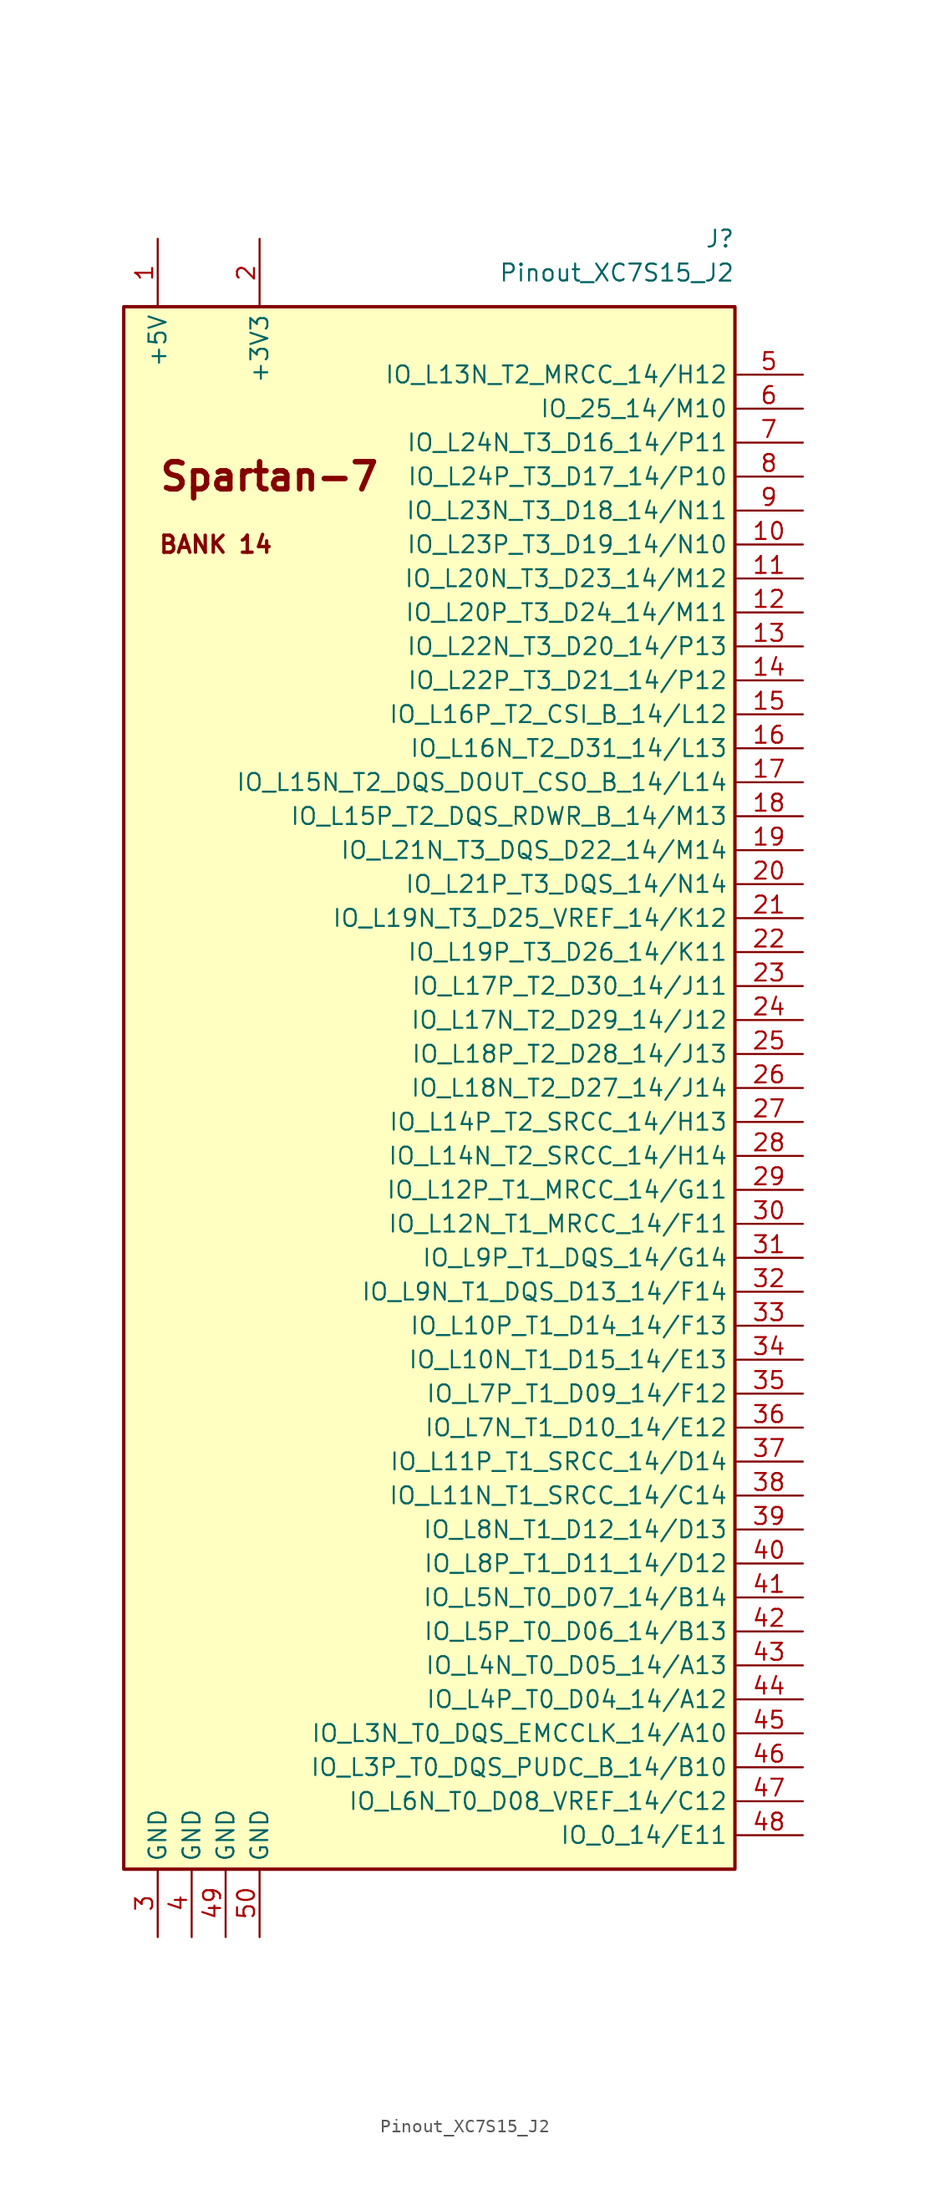
<source format=kicad_sym>
(kicad_symbol_lib
  (version 20201005)
  (generator kicad_symbol_editor)
  (symbol "KLIB_Connector_Pinout:Pinout_XC7S15_J2"
    (property "Reference" "J"
      (at 22.86 63.5 0)
      (effects (font (size 1.27 1.27)) (justify right)))
    (property "Value" "Pinout_XC7S15_J2"
      (at 22.86 60.96 0)
      (effects (font (size 1.27 1.27)) (justify right)))
    (symbol "Pinout_XC7S15_J2_0_0"
      (text "BANK 14" (at -20.32 40.64 0) (effects (font (size 1.27 1.27) bold) (justify left)))
      (text "Spartan-7" (at -20.32 45.72 0) (effects (font (size 2.032 2.032) bold) (justify left))))
    (symbol "Pinout_XC7S15_J2_0_1"
      (rectangle (start -22.86 58.42) (end 22.86 -58.42) (stroke (width 0.254)) (fill (type background))))
    (symbol "Pinout_XC7S15_J2_1_1"
      (pin power_out line (at -20.32 63.5 270) (length 5.08) (name "+5V" (effects (font (size 1.27 1.27)))) (number "1" (effects (font (size 1.27 1.27)))))
      (pin bidirectional line (at 27.94 40.64 180) (length 5.08) (name "IO_L23P_T3_D19_14/N10" (effects (font (size 1.27 1.27)))) (number "10" (effects (font (size 1.27 1.27)))))
      (pin bidirectional line (at 27.94 38.1 180) (length 5.08) (name "IO_L20N_T3_D23_14/M12" (effects (font (size 1.27 1.27)))) (number "11" (effects (font (size 1.27 1.27)))))
      (pin bidirectional line (at 27.94 35.56 180) (length 5.08) (name "IO_L20P_T3_D24_14/M11" (effects (font (size 1.27 1.27)))) (number "12" (effects (font (size 1.27 1.27)))))
      (pin bidirectional line (at 27.94 33.02 180) (length 5.08) (name "IO_L22N_T3_D20_14/P13" (effects (font (size 1.27 1.27)))) (number "13" (effects (font (size 1.27 1.27)))))
      (pin bidirectional line (at 27.94 30.48 180) (length 5.08) (name "IO_L22P_T3_D21_14/P12" (effects (font (size 1.27 1.27)))) (number "14" (effects (font (size 1.27 1.27)))))
      (pin bidirectional line (at 27.94 27.94 180) (length 5.08) (name "IO_L16P_T2_CSI_B_14/L12" (effects (font (size 1.27 1.27)))) (number "15" (effects (font (size 1.27 1.27)))))
      (pin bidirectional line (at 27.94 25.4 180) (length 5.08) (name "IO_L16N_T2_D31_14/L13" (effects (font (size 1.27 1.27)))) (number "16" (effects (font (size 1.27 1.27)))))
      (pin bidirectional line (at 27.94 22.86 180) (length 5.08) (name "IO_L15N_T2_DQS_DOUT_CSO_B_14/L14" (effects (font (size 1.27 1.27)))) (number "17" (effects (font (size 1.27 1.27)))))
      (pin bidirectional line (at 27.94 20.32 180) (length 5.08) (name "IO_L15P_T2_DQS_RDWR_B_14/M13" (effects (font (size 1.27 1.27)))) (number "18" (effects (font (size 1.27 1.27)))))
      (pin bidirectional line (at 27.94 17.78 180) (length 5.08) (name "IO_L21N_T3_DQS_D22_14/M14" (effects (font (size 1.27 1.27)))) (number "19" (effects (font (size 1.27 1.27)))))
      (pin power_out line (at -12.7 63.5 270) (length 5.08) (name "+3V3" (effects (font (size 1.27 1.27)))) (number "2" (effects (font (size 1.27 1.27)))))
      (pin bidirectional line (at 27.94 15.24 180) (length 5.08) (name "IO_L21P_T3_DQS_14/N14" (effects (font (size 1.27 1.27)))) (number "20" (effects (font (size 1.27 1.27)))))
      (pin bidirectional line (at 27.94 12.7 180) (length 5.08) (name "IO_L19N_T3_D25_VREF_14/K12" (effects (font (size 1.27 1.27)))) (number "21" (effects (font (size 1.27 1.27)))))
      (pin bidirectional line (at 27.94 10.16 180) (length 5.08) (name "IO_L19P_T3_D26_14/K11" (effects (font (size 1.27 1.27)))) (number "22" (effects (font (size 1.27 1.27)))))
      (pin bidirectional line (at 27.94 7.62 180) (length 5.08) (name "IO_L17P_T2_D30_14/J11" (effects (font (size 1.27 1.27)))) (number "23" (effects (font (size 1.27 1.27)))))
      (pin bidirectional line (at 27.94 5.08 180) (length 5.08) (name "IO_L17N_T2_D29_14/J12" (effects (font (size 1.27 1.27)))) (number "24" (effects (font (size 1.27 1.27)))))
      (pin bidirectional line (at 27.94 2.54 180) (length 5.08) (name "IO_L18P_T2_D28_14/J13" (effects (font (size 1.27 1.27)))) (number "25" (effects (font (size 1.27 1.27)))))
      (pin bidirectional line (at 27.94 0 180) (length 5.08) (name "IO_L18N_T2_D27_14/J14" (effects (font (size 1.27 1.27)))) (number "26" (effects (font (size 1.27 1.27)))))
      (pin bidirectional line (at 27.94 -2.54 180) (length 5.08) (name "IO_L14P_T2_SRCC_14/H13" (effects (font (size 1.27 1.27)))) (number "27" (effects (font (size 1.27 1.27)))))
      (pin bidirectional line (at 27.94 -5.08 180) (length 5.08) (name "IO_L14N_T2_SRCC_14/H14" (effects (font (size 1.27 1.27)))) (number "28" (effects (font (size 1.27 1.27)))))
      (pin bidirectional line (at 27.94 -7.62 180) (length 5.08) (name "IO_L12P_T1_MRCC_14/G11" (effects (font (size 1.27 1.27)))) (number "29" (effects (font (size 1.27 1.27)))))
      (pin power_in line (at -20.32 -63.5 90) (length 5.08) (name "GND" (effects (font (size 1.27 1.27)))) (number "3" (effects (font (size 1.27 1.27)))))
      (pin bidirectional line (at 27.94 -10.16 180) (length 5.08) (name "IO_L12N_T1_MRCC_14/F11" (effects (font (size 1.27 1.27)))) (number "30" (effects (font (size 1.27 1.27)))))
      (pin bidirectional line (at 27.94 -12.7 180) (length 5.08) (name "IO_L9P_T1_DQS_14/G14" (effects (font (size 1.27 1.27)))) (number "31" (effects (font (size 1.27 1.27)))))
      (pin bidirectional line (at 27.94 -15.24 180) (length 5.08) (name "IO_L9N_T1_DQS_D13_14/F14" (effects (font (size 1.27 1.27)))) (number "32" (effects (font (size 1.27 1.27)))))
      (pin bidirectional line (at 27.94 -17.78 180) (length 5.08) (name "IO_L10P_T1_D14_14/F13" (effects (font (size 1.27 1.27)))) (number "33" (effects (font (size 1.27 1.27)))))
      (pin bidirectional line (at 27.94 -20.32 180) (length 5.08) (name "IO_L10N_T1_D15_14/E13" (effects (font (size 1.27 1.27)))) (number "34" (effects (font (size 1.27 1.27)))))
      (pin bidirectional line (at 27.94 -22.86 180) (length 5.08) (name "IO_L7P_T1_D09_14/F12" (effects (font (size 1.27 1.27)))) (number "35" (effects (font (size 1.27 1.27)))))
      (pin bidirectional line (at 27.94 -25.4 180) (length 5.08) (name "IO_L7N_T1_D10_14/E12" (effects (font (size 1.27 1.27)))) (number "36" (effects (font (size 1.27 1.27)))))
      (pin bidirectional line (at 27.94 -27.94 180) (length 5.08) (name "IO_L11P_T1_SRCC_14/D14" (effects (font (size 1.27 1.27)))) (number "37" (effects (font (size 1.27 1.27)))))
      (pin bidirectional line (at 27.94 -30.48 180) (length 5.08) (name "IO_L11N_T1_SRCC_14/C14" (effects (font (size 1.27 1.27)))) (number "38" (effects (font (size 1.27 1.27)))))
      (pin bidirectional line (at 27.94 -33.02 180) (length 5.08) (name "IO_L8N_T1_D12_14/D13" (effects (font (size 1.27 1.27)))) (number "39" (effects (font (size 1.27 1.27)))))
      (pin power_in line (at -17.78 -63.5 90) (length 5.08) (name "GND" (effects (font (size 1.27 1.27)))) (number "4" (effects (font (size 1.27 1.27)))))
      (pin bidirectional line (at 27.94 -35.56 180) (length 5.08) (name "IO_L8P_T1_D11_14/D12" (effects (font (size 1.27 1.27)))) (number "40" (effects (font (size 1.27 1.27)))))
      (pin bidirectional line (at 27.94 -38.1 180) (length 5.08) (name "IO_L5N_T0_D07_14/B14" (effects (font (size 1.27 1.27)))) (number "41" (effects (font (size 1.27 1.27)))))
      (pin bidirectional line (at 27.94 -40.64 180) (length 5.08) (name "IO_L5P_T0_D06_14/B13" (effects (font (size 1.27 1.27)))) (number "42" (effects (font (size 1.27 1.27)))))
      (pin bidirectional line (at 27.94 -43.18 180) (length 5.08) (name "IO_L4N_T0_D05_14/A13" (effects (font (size 1.27 1.27)))) (number "43" (effects (font (size 1.27 1.27)))))
      (pin bidirectional line (at 27.94 -45.72 180) (length 5.08) (name "IO_L4P_T0_D04_14/A12" (effects (font (size 1.27 1.27)))) (number "44" (effects (font (size 1.27 1.27)))))
      (pin bidirectional line (at 27.94 -48.26 180) (length 5.08) (name "IO_L3N_T0_DQS_EMCCLK_14/A10" (effects (font (size 1.27 1.27)))) (number "45" (effects (font (size 1.27 1.27)))))
      (pin bidirectional line (at 27.94 -50.8 180) (length 5.08) (name "IO_L3P_T0_DQS_PUDC_B_14/B10" (effects (font (size 1.27 1.27)))) (number "46" (effects (font (size 1.27 1.27)))))
      (pin bidirectional line (at 27.94 -53.34 180) (length 5.08) (name "IO_L6N_T0_D08_VREF_14/C12" (effects (font (size 1.27 1.27)))) (number "47" (effects (font (size 1.27 1.27)))))
      (pin bidirectional line (at 27.94 -55.88 180) (length 5.08) (name "IO_0_14/E11" (effects (font (size 1.27 1.27)))) (number "48" (effects (font (size 1.27 1.27)))))
      (pin power_in line (at -15.24 -63.5 90) (length 5.08) (name "GND" (effects (font (size 1.27 1.27)))) (number "49" (effects (font (size 1.27 1.27)))))
      (pin bidirectional line (at 27.94 53.34 180) (length 5.08) (name "IO_L13N_T2_MRCC_14/H12" (effects (font (size 1.27 1.27)))) (number "5" (effects (font (size 1.27 1.27)))))
      (pin power_in line (at -12.7 -63.5 90) (length 5.08) (name "GND" (effects (font (size 1.27 1.27)))) (number "50" (effects (font (size 1.27 1.27)))))
      (pin bidirectional line (at 27.94 50.8 180) (length 5.08) (name "IO_25_14/M10" (effects (font (size 1.27 1.27)))) (number "6" (effects (font (size 1.27 1.27)))))
      (pin bidirectional line (at 27.94 48.26 180) (length 5.08) (name "IO_L24N_T3_D16_14/P11" (effects (font (size 1.27 1.27)))) (number "7" (effects (font (size 1.27 1.27)))))
      (pin bidirectional line (at 27.94 45.72 180) (length 5.08) (name "IO_L24P_T3_D17_14/P10" (effects (font (size 1.27 1.27)))) (number "8" (effects (font (size 1.27 1.27)))))
      (pin bidirectional line (at 27.94 43.18 180) (length 5.08) (name "IO_L23N_T3_D18_14/N11" (effects (font (size 1.27 1.27)))) (number "9" (effects (font (size 1.27 1.27))))))))
</source>
